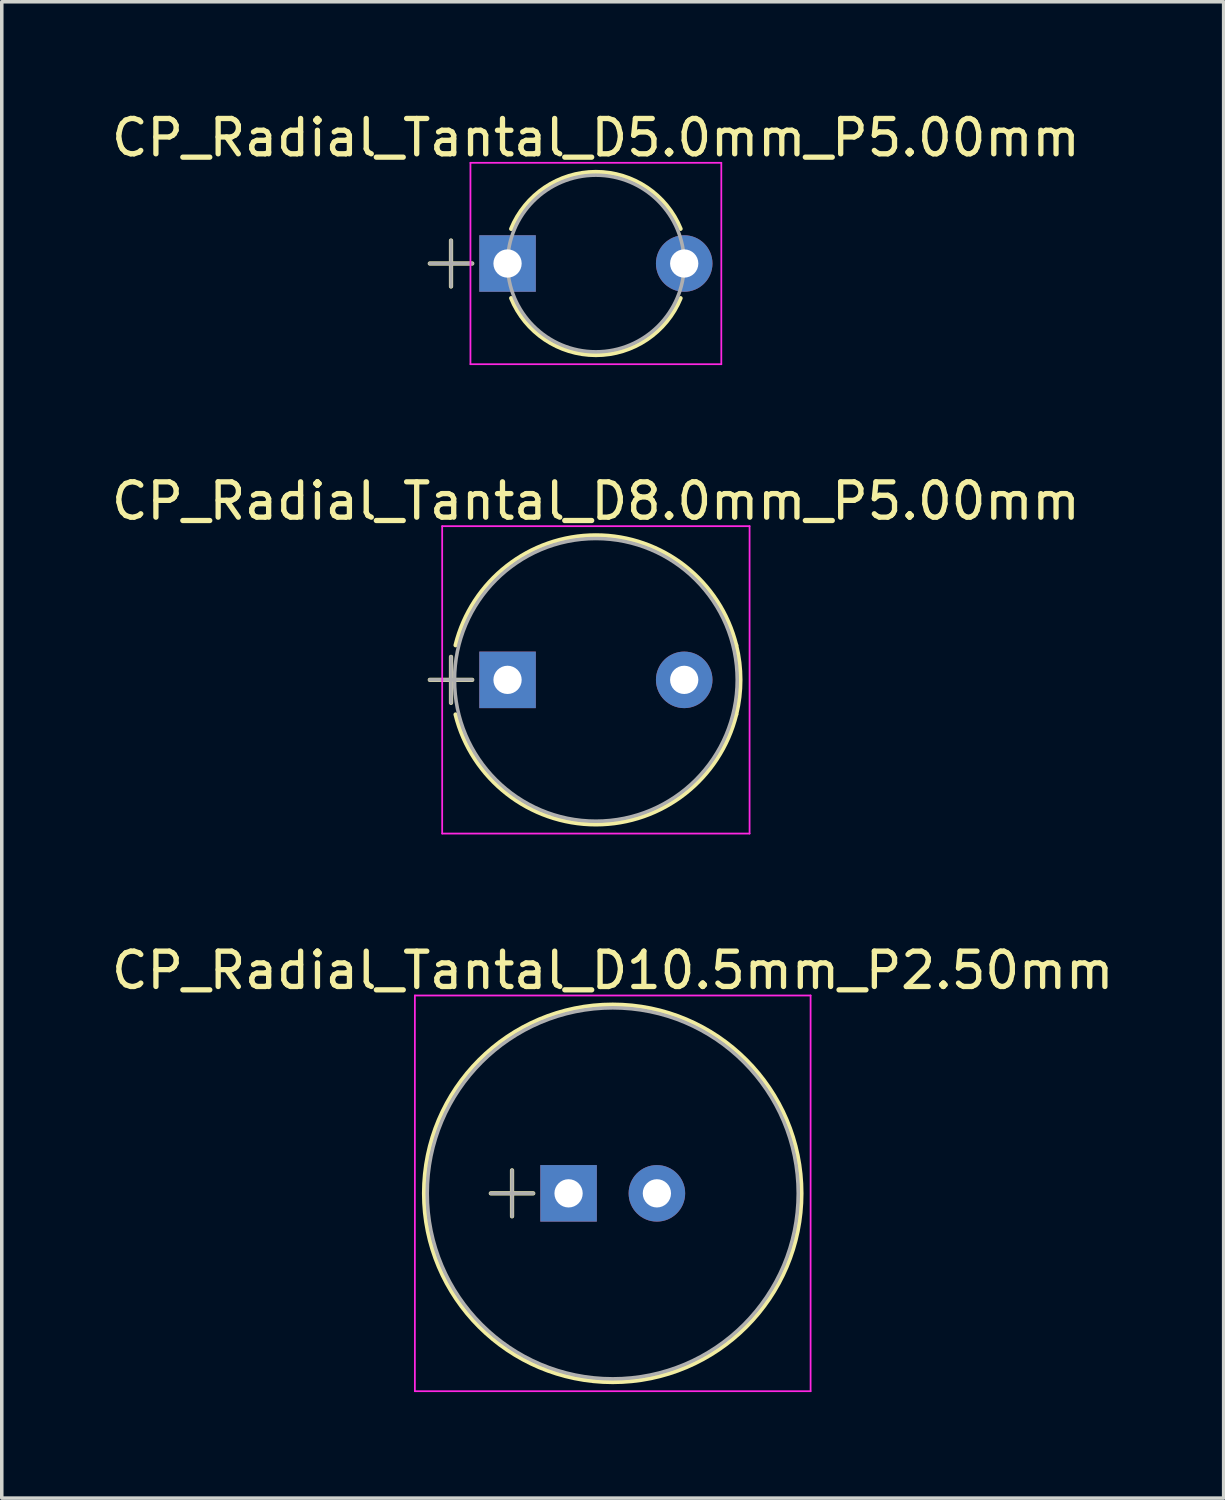
<source format=kicad_pcb>
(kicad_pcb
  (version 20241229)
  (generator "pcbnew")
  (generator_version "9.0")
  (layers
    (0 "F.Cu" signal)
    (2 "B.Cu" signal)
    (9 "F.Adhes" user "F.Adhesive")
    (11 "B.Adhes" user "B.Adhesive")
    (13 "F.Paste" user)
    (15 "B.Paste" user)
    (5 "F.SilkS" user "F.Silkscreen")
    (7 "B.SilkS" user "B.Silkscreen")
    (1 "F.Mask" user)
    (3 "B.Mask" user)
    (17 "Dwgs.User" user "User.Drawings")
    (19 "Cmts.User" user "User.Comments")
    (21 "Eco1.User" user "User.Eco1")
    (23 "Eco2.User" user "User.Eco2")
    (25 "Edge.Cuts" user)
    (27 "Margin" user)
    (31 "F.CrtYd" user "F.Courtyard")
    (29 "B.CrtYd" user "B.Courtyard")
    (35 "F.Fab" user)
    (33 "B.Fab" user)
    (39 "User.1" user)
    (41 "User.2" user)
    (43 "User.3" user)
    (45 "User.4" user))
  (footprint "CP_Radial_Tantal_D10.5mm_P2.50mm"
    (layer "F.Cu")
    (at 13.042 30.725)
    (property "Reference" "CP_Radial_Tantal_D10.5mm_P2.50mm" (at 1.25 -6.31 0) (layer "F.SilkS") (effects (font (size 1 1) (thickness 0.15))))
    (attr through_hole)
    (fp_line (start -2.2 0) (end -1 0) (stroke (width 0.12) (type solid)) (layer "F.SilkS"))
    (fp_line (start -1.6 -0.65) (end -1.6 0.65) (stroke (width 0.12) (type solid)) (layer "F.SilkS"))
    (fp_circle (center 1.25 0) (end 6.59 0) (stroke (width 0.12) (type solid)) (fill no) (layer "F.SilkS"))
    (fp_line (start -4.35 -5.6) (end -4.35 5.6) (stroke (width 0.05) (type solid)) (layer "F.CrtYd"))
    (fp_line (start -4.35 5.6) (end 6.85 5.6) (stroke (width 0.05) (type solid)) (layer "F.CrtYd"))
    (fp_line (start 6.85 -5.6) (end -4.35 -5.6) (stroke (width 0.05) (type solid)) (layer "F.CrtYd"))
    (fp_line (start 6.85 5.6) (end 6.85 -5.6) (stroke (width 0.05) (type solid)) (layer "F.CrtYd"))
    (fp_line (start -2.2 0) (end -1 0) (stroke (width 0.1) (type solid)) (layer "F.Fab"))
    (fp_line (start -1.6 -0.65) (end -1.6 0.65) (stroke (width 0.1) (type solid)) (layer "F.Fab"))
    (fp_circle (center 1.25 0) (end 6.5 0) (stroke (width 0.1) (type solid)) (fill no) (layer "F.Fab"))
    (pad "1" thru_hole rect (at 0 0) (size 1.6 1.6) (drill 0.8) (layers "*.Cu" "*.Mask"))
    (pad "2" thru_hole circle (at 2.5 0) (size 1.6 1.6) (drill 0.8) (layers "*.Cu" "*.Mask")))
  (footprint "CP_Radial_Tantal_D8.0mm_P5.00mm"
    (layer "F.Cu")
    (at 11.315 16.192)
    (property "Reference" "CP_Radial_Tantal_D8.0mm_P5.00mm" (at 2.5 -5.06 0) (layer "F.SilkS") (effects (font (size 1 1) (thickness 0.15))))
    (attr through_hole)
    (fp_line (start -2.2 0) (end -1 0) (stroke (width 0.12) (type solid)) (layer "F.SilkS"))
    (fp_line (start -1.6 -0.65) (end -1.6 0.65) (stroke (width 0.12) (type solid)) (layer "F.SilkS"))
    (fp_arc (start -1.470856 -0.98) (mid 2.50096 -4.09) (end 6.471316 -0.978135) (stroke (width 0.12) (type solid)) (layer "F.SilkS"))
    (fp_arc (start 6.470856 -0.98) (mid 6.59 -0.00096) (end 6.471316 0.978135) (stroke (width 0.12) (type solid)) (layer "F.SilkS"))
    (fp_arc (start 6.471316 0.978135) (mid 2.50096 4.09) (end -1.470856 0.98) (stroke (width 0.12) (type solid)) (layer "F.SilkS"))
    (fp_line (start -1.85 -4.35) (end -1.85 4.35) (stroke (width 0.05) (type solid)) (layer "F.CrtYd"))
    (fp_line (start -1.85 4.35) (end 6.85 4.35) (stroke (width 0.05) (type solid)) (layer "F.CrtYd"))
    (fp_line (start 6.85 -4.35) (end -1.85 -4.35) (stroke (width 0.05) (type solid)) (layer "F.CrtYd"))
    (fp_line (start 6.85 4.35) (end 6.85 -4.35) (stroke (width 0.05) (type solid)) (layer "F.CrtYd"))
    (fp_line (start -2.2 0) (end -1 0) (stroke (width 0.1) (type solid)) (layer "F.Fab"))
    (fp_line (start -1.6 -0.65) (end -1.6 0.65) (stroke (width 0.1) (type solid)) (layer "F.Fab"))
    (fp_circle (center 2.5 0) (end 6.5 0) (stroke (width 0.1) (type solid)) (fill no) (layer "F.Fab"))
    (pad "1" thru_hole rect (at 0 0) (size 1.6 1.6) (drill 0.8) (layers "*.Cu" "*.Mask"))
    (pad "2" thru_hole circle (at 5 0) (size 1.6 1.6) (drill 0.8) (layers "*.Cu" "*.Mask")))
  (footprint "CP_Radial_Tantal_D5.0mm_P5.00mm"
    (layer "F.Cu")
    (at 11.315 4.408)
    (property "Reference" "CP_Radial_Tantal_D5.0mm_P5.00mm" (at 2.5 -3.56 0) (layer "F.SilkS") (effects (font (size 1 1) (thickness 0.15))))
    (attr through_hole)
    (fp_line (start -2.2 0) (end -1 0) (stroke (width 0.12) (type solid)) (layer "F.SilkS"))
    (fp_line (start -1.6 -0.65) (end -1.6 0.65) (stroke (width 0.12) (type solid)) (layer "F.SilkS"))
    (fp_arc (start 0.102564 -0.98) (mid 2.499244 -2.59) (end 4.896863 -0.9814) (stroke (width 0.12) (type solid)) (layer "F.SilkS"))
    (fp_arc (start 4.896863 0.9814) (mid 2.499244 2.59) (end 0.102564 0.98) (stroke (width 0.12) (type solid)) (layer "F.SilkS"))
    (fp_line (start -1.05 -2.85) (end -1.05 2.85) (stroke (width 0.05) (type solid)) (layer "F.CrtYd"))
    (fp_line (start -1.05 2.85) (end 6.05 2.85) (stroke (width 0.05) (type solid)) (layer "F.CrtYd"))
    (fp_line (start 6.05 -2.85) (end -1.05 -2.85) (stroke (width 0.05) (type solid)) (layer "F.CrtYd"))
    (fp_line (start 6.05 2.85) (end 6.05 -2.85) (stroke (width 0.05) (type solid)) (layer "F.CrtYd"))
    (fp_line (start -2.2 0) (end -1 0) (stroke (width 0.1) (type solid)) (layer "F.Fab"))
    (fp_line (start -1.6 -0.65) (end -1.6 0.65) (stroke (width 0.1) (type solid)) (layer "F.Fab"))
    (fp_circle (center 2.5 0) (end 5 0) (stroke (width 0.1) (type solid)) (fill no) (layer "F.Fab"))
    (pad "1" thru_hole rect (at 0 0) (size 1.6 1.6) (drill 0.8) (layers "*.Cu" "*.Mask"))
    (pad "2" thru_hole circle (at 5 0) (size 1.6 1.6) (drill 0.8) (layers "*.Cu" "*.Mask")))
  (gr_rect
    (start -3 -3)
    (end 31.583 39.35)
    (stroke (width 0.1) (type default))
    (fill no)
    (layer "Edge.Cuts")))
</source>
